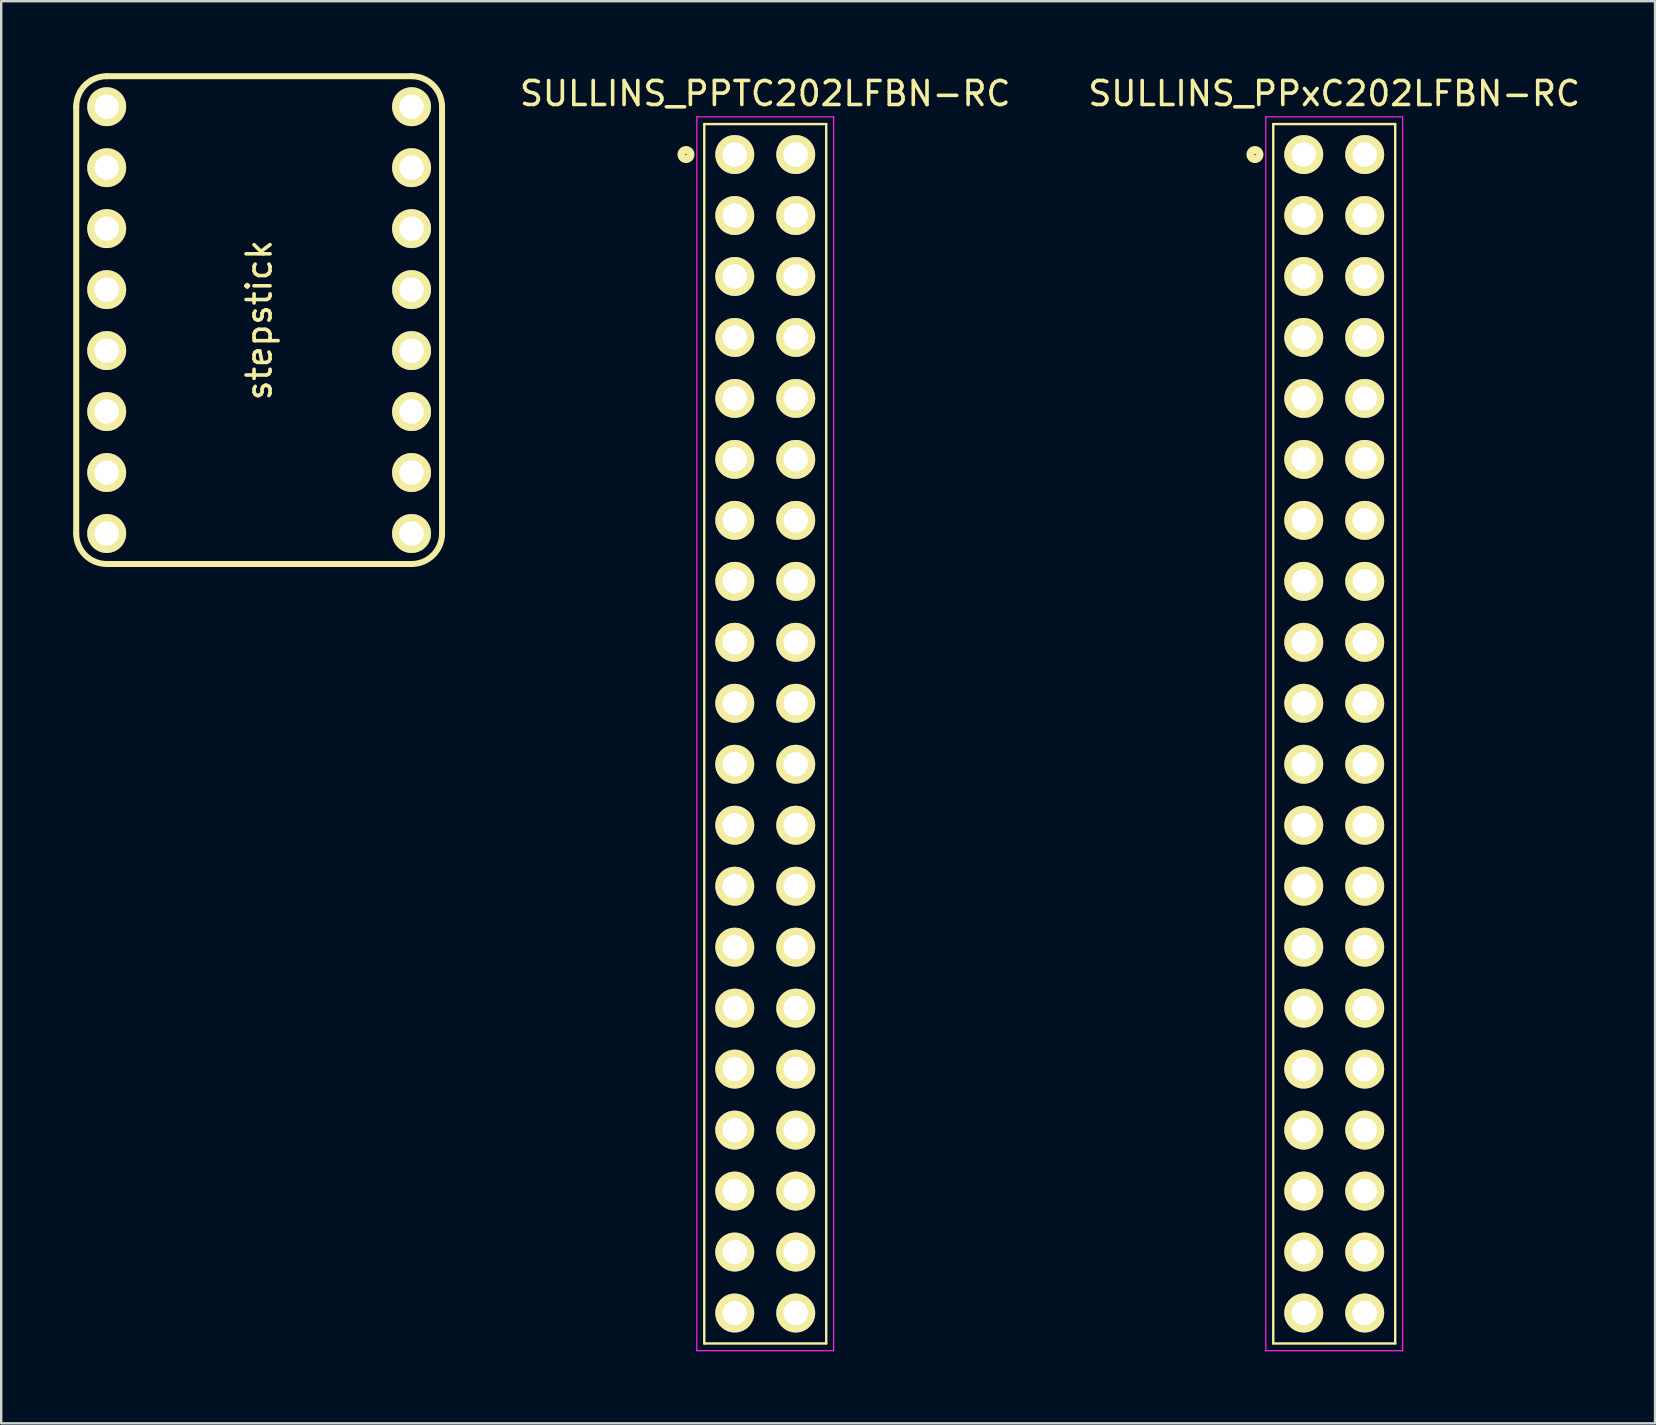
<source format=kicad_pcb>
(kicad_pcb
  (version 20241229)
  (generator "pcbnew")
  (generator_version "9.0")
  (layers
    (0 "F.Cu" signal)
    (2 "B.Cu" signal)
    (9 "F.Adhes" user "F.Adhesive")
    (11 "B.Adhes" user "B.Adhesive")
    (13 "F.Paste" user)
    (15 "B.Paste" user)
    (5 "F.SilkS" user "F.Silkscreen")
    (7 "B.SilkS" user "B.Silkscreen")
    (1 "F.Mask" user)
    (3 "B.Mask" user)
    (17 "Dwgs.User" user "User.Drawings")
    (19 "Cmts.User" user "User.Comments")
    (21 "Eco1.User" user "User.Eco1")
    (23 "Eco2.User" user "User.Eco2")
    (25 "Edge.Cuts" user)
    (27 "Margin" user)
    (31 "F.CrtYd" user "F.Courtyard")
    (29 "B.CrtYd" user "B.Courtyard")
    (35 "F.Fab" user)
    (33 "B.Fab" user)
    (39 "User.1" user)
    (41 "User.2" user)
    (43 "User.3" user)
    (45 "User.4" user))
  (footprint "SULLINS_PPxC202LFBN-RC"
    (layer "F.Cu")
    (at 52.532 27.518)
    (property "Reference" "SULLINS_PPxC202LFBN-RC" (at 0 -26.67 0) (layer "F.SilkS") (effects (font (size 1 1) (thickness 0.15))))
    (attr through_hole)
    (fp_line (start -2.54 -25.4) (end 2.54 -25.4) (stroke (width 0.1) (type solid)) (layer "F.SilkS"))
    (fp_line (start -2.54 25.4) (end -2.54 -25.4) (stroke (width 0.1) (type solid)) (layer "F.SilkS"))
    (fp_line (start 2.54 -25.4) (end 2.54 25.4) (stroke (width 0.1) (type solid)) (layer "F.SilkS"))
    (fp_line (start 2.54 25.4) (end -2.54 25.4) (stroke (width 0.1) (type solid)) (layer "F.SilkS"))
    (fp_circle (center -3.302 -24.13) (end -3.175 -24.13) (stroke (width 0.2) (type solid)) (fill no) (layer "F.SilkS"))
    (fp_circle (center -3.302 -24.13) (end -3.048 -24.13) (stroke (width 0.2) (type solid)) (fill no) (layer "F.SilkS"))
    (fp_line (start -2.85 -25.7) (end -2.85 25.7) (stroke (width 0.05) (type solid)) (layer "F.CrtYd"))
    (fp_line (start -2.85 25.7) (end 2.85 25.7) (stroke (width 0.05) (type solid)) (layer "F.CrtYd"))
    (fp_line (start 2.85 -25.7) (end -2.85 -25.7) (stroke (width 0.05) (type solid)) (layer "F.CrtYd"))
    (fp_line (start 2.85 25.7) (end 2.85 -25.7) (stroke (width 0.05) (type solid)) (layer "F.CrtYd"))
    (pad "1" thru_hole circle (at -1.27 -24.13) (size 1.62 1.62) (drill 1.02) (layers "*.Cu" "*.Mask" "F.SilkS"))
    (pad "2" thru_hole circle (at 1.27 -24.13) (size 1.62 1.62) (drill 1.02) (layers "*.Cu" "*.Mask" "F.SilkS"))
    (pad "3" thru_hole circle (at -1.27 -21.59) (size 1.62 1.62) (drill 1.02) (layers "*.Cu" "*.Mask" "F.SilkS"))
    (pad "4" thru_hole circle (at 1.27 -21.59) (size 1.62 1.62) (drill 1.02) (layers "*.Cu" "*.Mask" "F.SilkS"))
    (pad "5" thru_hole circle (at -1.27 -19.05) (size 1.62 1.62) (drill 1.02) (layers "*.Cu" "*.Mask" "F.SilkS"))
    (pad "6" thru_hole circle (at 1.27 -19.05) (size 1.62 1.62) (drill 1.02) (layers "*.Cu" "*.Mask" "F.SilkS"))
    (pad "7" thru_hole circle (at -1.27 -16.51) (size 1.62 1.62) (drill 1.02) (layers "*.Cu" "*.Mask" "F.SilkS"))
    (pad "8" thru_hole circle (at 1.27 -16.51) (size 1.62 1.62) (drill 1.02) (layers "*.Cu" "*.Mask" "F.SilkS"))
    (pad "9" thru_hole circle (at -1.27 -13.97) (size 1.62 1.62) (drill 1.02) (layers "*.Cu" "*.Mask" "F.SilkS"))
    (pad "10" thru_hole circle (at 1.27 -13.97) (size 1.62 1.62) (drill 1.02) (layers "*.Cu" "*.Mask" "F.SilkS"))
    (pad "11" thru_hole circle (at -1.27 -11.43) (size 1.62 1.62) (drill 1.02) (layers "*.Cu" "*.Mask" "F.SilkS"))
    (pad "12" thru_hole circle (at 1.27 -11.43) (size 1.62 1.62) (drill 1.02) (layers "*.Cu" "*.Mask" "F.SilkS"))
    (pad "13" thru_hole circle (at -1.27 -8.89) (size 1.62 1.62) (drill 1.02) (layers "*.Cu" "*.Mask" "F.SilkS"))
    (pad "14" thru_hole circle (at 1.27 -8.89) (size 1.62 1.62) (drill 1.02) (layers "*.Cu" "*.Mask" "F.SilkS"))
    (pad "15" thru_hole circle (at -1.27 -6.35) (size 1.62 1.62) (drill 1.02) (layers "*.Cu" "*.Mask" "F.SilkS"))
    (pad "16" thru_hole circle (at 1.27 -6.35) (size 1.62 1.62) (drill 1.02) (layers "*.Cu" "*.Mask" "F.SilkS"))
    (pad "17" thru_hole circle (at -1.27 -3.81) (size 1.62 1.62) (drill 1.02) (layers "*.Cu" "*.Mask" "F.SilkS"))
    (pad "18" thru_hole circle (at 1.27 -3.81) (size 1.62 1.62) (drill 1.02) (layers "*.Cu" "*.Mask" "F.SilkS"))
    (pad "19" thru_hole circle (at -1.27 -1.27) (size 1.62 1.62) (drill 1.02) (layers "*.Cu" "*.Mask" "F.SilkS"))
    (pad "20" thru_hole circle (at 1.27 -1.27) (size 1.62 1.62) (drill 1.02) (layers "*.Cu" "*.Mask" "F.SilkS"))
    (pad "21" thru_hole circle (at -1.27 1.27) (size 1.62 1.62) (drill 1.02) (layers "*.Cu" "*.Mask" "F.SilkS"))
    (pad "22" thru_hole circle (at 1.27 1.27) (size 1.62 1.62) (drill 1.02) (layers "*.Cu" "*.Mask" "F.SilkS"))
    (pad "23" thru_hole circle (at -1.27 3.81) (size 1.62 1.62) (drill 1.02) (layers "*.Cu" "*.Mask" "F.SilkS"))
    (pad "24" thru_hole circle (at 1.27 3.81) (size 1.62 1.62) (drill 1.02) (layers "*.Cu" "*.Mask" "F.SilkS"))
    (pad "25" thru_hole circle (at -1.27 6.35) (size 1.62 1.62) (drill 1.02) (layers "*.Cu" "*.Mask" "F.SilkS"))
    (pad "26" thru_hole circle (at 1.27 6.35) (size 1.62 1.62) (drill 1.02) (layers "*.Cu" "*.Mask" "F.SilkS"))
    (pad "27" thru_hole circle (at -1.27 8.89) (size 1.62 1.62) (drill 1.02) (layers "*.Cu" "*.Mask" "F.SilkS"))
    (pad "28" thru_hole circle (at 1.27 8.89) (size 1.62 1.62) (drill 1.02) (layers "*.Cu" "*.Mask" "F.SilkS"))
    (pad "29" thru_hole circle (at -1.27 11.43) (size 1.62 1.62) (drill 1.02) (layers "*.Cu" "*.Mask" "F.SilkS"))
    (pad "30" thru_hole circle (at 1.27 11.43) (size 1.62 1.62) (drill 1.02) (layers "*.Cu" "*.Mask" "F.SilkS"))
    (pad "31" thru_hole circle (at -1.27 13.97) (size 1.62 1.62) (drill 1.02) (layers "*.Cu" "*.Mask" "F.SilkS"))
    (pad "32" thru_hole circle (at 1.27 13.97) (size 1.62 1.62) (drill 1.02) (layers "*.Cu" "*.Mask" "F.SilkS"))
    (pad "33" thru_hole circle (at -1.27 16.51) (size 1.62 1.62) (drill 1.02) (layers "*.Cu" "*.Mask" "F.SilkS"))
    (pad "34" thru_hole circle (at 1.27 16.51) (size 1.62 1.62) (drill 1.02) (layers "*.Cu" "*.Mask" "F.SilkS"))
    (pad "35" thru_hole circle (at -1.27 19.05) (size 1.62 1.62) (drill 1.02) (layers "*.Cu" "*.Mask" "F.SilkS"))
    (pad "36" thru_hole circle (at 1.27 19.05) (size 1.62 1.62) (drill 1.02) (layers "*.Cu" "*.Mask" "F.SilkS"))
    (pad "37" thru_hole circle (at -1.27 21.59) (size 1.62 1.62) (drill 1.02) (layers "*.Cu" "*.Mask" "F.SilkS"))
    (pad "38" thru_hole circle (at 1.27 21.59) (size 1.62 1.62) (drill 1.02) (layers "*.Cu" "*.Mask" "F.SilkS"))
    (pad "39" thru_hole circle (at -1.27 24.13) (size 1.62 1.62) (drill 1.02) (layers "*.Cu" "*.Mask" "F.SilkS"))
    (pad "40" thru_hole circle (at 1.27 24.13) (size 1.62 1.62) (drill 1.02) (layers "*.Cu" "*.Mask" "F.SilkS")))
  (footprint "SULLINS_PPTC202LFBN-RC"
    (layer "F.Cu")
    (at 28.829 27.518)
    (property "Reference" "SULLINS_PPTC202LFBN-RC" (at 0 -26.67 0) (layer "F.SilkS") (effects (font (size 1 1) (thickness 0.15))))
    (attr through_hole)
    (fp_line (start -2.54 -25.4) (end 2.54 -25.4) (stroke (width 0.1) (type solid)) (layer "F.SilkS"))
    (fp_line (start -2.54 25.4) (end -2.54 -25.4) (stroke (width 0.1) (type solid)) (layer "F.SilkS"))
    (fp_line (start 2.54 -25.4) (end 2.54 25.4) (stroke (width 0.1) (type solid)) (layer "F.SilkS"))
    (fp_line (start 2.54 25.4) (end -2.54 25.4) (stroke (width 0.1) (type solid)) (layer "F.SilkS"))
    (fp_circle (center -3.302 -24.13) (end -3.175 -24.13) (stroke (width 0.2) (type solid)) (fill no) (layer "F.SilkS"))
    (fp_circle (center -3.302 -24.13) (end -3.048 -24.13) (stroke (width 0.2) (type solid)) (fill no) (layer "F.SilkS"))
    (fp_line (start -2.85 -25.7) (end -2.85 25.7) (stroke (width 0.05) (type solid)) (layer "F.CrtYd"))
    (fp_line (start -2.85 25.7) (end 2.85 25.7) (stroke (width 0.05) (type solid)) (layer "F.CrtYd"))
    (fp_line (start 2.85 -25.7) (end -2.85 -25.7) (stroke (width 0.05) (type solid)) (layer "F.CrtYd"))
    (fp_line (start 2.85 25.7) (end 2.85 -25.7) (stroke (width 0.05) (type solid)) (layer "F.CrtYd"))
    (pad "1" thru_hole circle (at -1.27 -24.13) (size 1.62 1.62) (drill 1.02) (layers "*.Cu" "*.Mask" "F.SilkS"))
    (pad "2" thru_hole circle (at 1.27 -24.13) (size 1.62 1.62) (drill 1.02) (layers "*.Cu" "*.Mask" "F.SilkS"))
    (pad "3" thru_hole circle (at -1.27 -21.59) (size 1.62 1.62) (drill 1.02) (layers "*.Cu" "*.Mask" "F.SilkS"))
    (pad "4" thru_hole circle (at 1.27 -21.59) (size 1.62 1.62) (drill 1.02) (layers "*.Cu" "*.Mask" "F.SilkS"))
    (pad "5" thru_hole circle (at -1.27 -19.05) (size 1.62 1.62) (drill 1.02) (layers "*.Cu" "*.Mask" "F.SilkS"))
    (pad "6" thru_hole circle (at 1.27 -19.05) (size 1.62 1.62) (drill 1.02) (layers "*.Cu" "*.Mask" "F.SilkS"))
    (pad "7" thru_hole circle (at -1.27 -16.51) (size 1.62 1.62) (drill 1.02) (layers "*.Cu" "*.Mask" "F.SilkS"))
    (pad "8" thru_hole circle (at 1.27 -16.51) (size 1.62 1.62) (drill 1.02) (layers "*.Cu" "*.Mask" "F.SilkS"))
    (pad "9" thru_hole circle (at -1.27 -13.97) (size 1.62 1.62) (drill 1.02) (layers "*.Cu" "*.Mask" "F.SilkS"))
    (pad "10" thru_hole circle (at 1.27 -13.97) (size 1.62 1.62) (drill 1.02) (layers "*.Cu" "*.Mask" "F.SilkS"))
    (pad "11" thru_hole circle (at -1.27 -11.43) (size 1.62 1.62) (drill 1.02) (layers "*.Cu" "*.Mask" "F.SilkS"))
    (pad "12" thru_hole circle (at 1.27 -11.43) (size 1.62 1.62) (drill 1.02) (layers "*.Cu" "*.Mask" "F.SilkS"))
    (pad "13" thru_hole circle (at -1.27 -8.89) (size 1.62 1.62) (drill 1.02) (layers "*.Cu" "*.Mask" "F.SilkS"))
    (pad "14" thru_hole circle (at 1.27 -8.89) (size 1.62 1.62) (drill 1.02) (layers "*.Cu" "*.Mask" "F.SilkS"))
    (pad "15" thru_hole circle (at -1.27 -6.35) (size 1.62 1.62) (drill 1.02) (layers "*.Cu" "*.Mask" "F.SilkS"))
    (pad "16" thru_hole circle (at 1.27 -6.35) (size 1.62 1.62) (drill 1.02) (layers "*.Cu" "*.Mask" "F.SilkS"))
    (pad "17" thru_hole circle (at -1.27 -3.81) (size 1.62 1.62) (drill 1.02) (layers "*.Cu" "*.Mask" "F.SilkS"))
    (pad "18" thru_hole circle (at 1.27 -3.81) (size 1.62 1.62) (drill 1.02) (layers "*.Cu" "*.Mask" "F.SilkS"))
    (pad "19" thru_hole circle (at -1.27 -1.27) (size 1.62 1.62) (drill 1.02) (layers "*.Cu" "*.Mask" "F.SilkS"))
    (pad "20" thru_hole circle (at 1.27 -1.27) (size 1.62 1.62) (drill 1.02) (layers "*.Cu" "*.Mask" "F.SilkS"))
    (pad "21" thru_hole circle (at -1.27 1.27) (size 1.62 1.62) (drill 1.02) (layers "*.Cu" "*.Mask" "F.SilkS"))
    (pad "22" thru_hole circle (at 1.27 1.27) (size 1.62 1.62) (drill 1.02) (layers "*.Cu" "*.Mask" "F.SilkS"))
    (pad "23" thru_hole circle (at -1.27 3.81) (size 1.62 1.62) (drill 1.02) (layers "*.Cu" "*.Mask" "F.SilkS"))
    (pad "24" thru_hole circle (at 1.27 3.81) (size 1.62 1.62) (drill 1.02) (layers "*.Cu" "*.Mask" "F.SilkS"))
    (pad "25" thru_hole circle (at -1.27 6.35) (size 1.62 1.62) (drill 1.02) (layers "*.Cu" "*.Mask" "F.SilkS"))
    (pad "26" thru_hole circle (at 1.27 6.35) (size 1.62 1.62) (drill 1.02) (layers "*.Cu" "*.Mask" "F.SilkS"))
    (pad "27" thru_hole circle (at -1.27 8.89) (size 1.62 1.62) (drill 1.02) (layers "*.Cu" "*.Mask" "F.SilkS"))
    (pad "28" thru_hole circle (at 1.27 8.89) (size 1.62 1.62) (drill 1.02) (layers "*.Cu" "*.Mask" "F.SilkS"))
    (pad "29" thru_hole circle (at -1.27 11.43) (size 1.62 1.62) (drill 1.02) (layers "*.Cu" "*.Mask" "F.SilkS"))
    (pad "30" thru_hole circle (at 1.27 11.43) (size 1.62 1.62) (drill 1.02) (layers "*.Cu" "*.Mask" "F.SilkS"))
    (pad "31" thru_hole circle (at -1.27 13.97) (size 1.62 1.62) (drill 1.02) (layers "*.Cu" "*.Mask" "F.SilkS"))
    (pad "32" thru_hole circle (at 1.27 13.97) (size 1.62 1.62) (drill 1.02) (layers "*.Cu" "*.Mask" "F.SilkS"))
    (pad "33" thru_hole circle (at -1.27 16.51) (size 1.62 1.62) (drill 1.02) (layers "*.Cu" "*.Mask" "F.SilkS"))
    (pad "34" thru_hole circle (at 1.27 16.51) (size 1.62 1.62) (drill 1.02) (layers "*.Cu" "*.Mask" "F.SilkS"))
    (pad "35" thru_hole circle (at -1.27 19.05) (size 1.62 1.62) (drill 1.02) (layers "*.Cu" "*.Mask" "F.SilkS"))
    (pad "36" thru_hole circle (at 1.27 19.05) (size 1.62 1.62) (drill 1.02) (layers "*.Cu" "*.Mask" "F.SilkS"))
    (pad "37" thru_hole circle (at -1.27 21.59) (size 1.62 1.62) (drill 1.02) (layers "*.Cu" "*.Mask" "F.SilkS"))
    (pad "38" thru_hole circle (at 1.27 21.59) (size 1.62 1.62) (drill 1.02) (layers "*.Cu" "*.Mask" "F.SilkS"))
    (pad "39" thru_hole circle (at -1.27 24.13) (size 1.62 1.62) (drill 1.02) (layers "*.Cu" "*.Mask" "F.SilkS"))
    (pad "40" thru_hole circle (at 1.27 24.13) (size 1.62 1.62) (drill 1.02) (layers "*.Cu" "*.Mask" "F.SilkS")))
  (footprint "stepstick"
    (layer "F.Cu")
    (at 7.745 10.285)
    (property "Reference" "stepstick" (at 0 0 90) (layer "F.SilkS") (effects (font (size 1 1) (thickness 0.15))))
    (attr through_hole)
    (fp_line (start -7.62 -8.89) (end -7.62 8.89) (stroke (width 0.25) (type solid)) (layer "F.SilkS"))
    (fp_line (start -6.35 10.16) (end 6.35 10.16) (stroke (width 0.25) (type solid)) (layer "F.SilkS"))
    (fp_line (start 6.35 -10.16) (end -6.35 -10.16) (stroke (width 0.25) (type solid)) (layer "F.SilkS"))
    (fp_line (start 7.62 8.89) (end 7.62 -8.89) (stroke (width 0.25) (type solid)) (layer "F.SilkS"))
    (fp_arc (start -7.62 -8.89) (mid -7.248026 -9.788026) (end -6.35 -10.16) (stroke (width 0.25) (type solid)) (layer "F.SilkS"))
    (fp_arc (start -6.35 10.16) (mid -7.248026 9.788026) (end -7.62 8.89) (stroke (width 0.25) (type solid)) (layer "F.SilkS"))
    (fp_arc (start 6.35 -10.16) (mid 7.248026 -9.788026) (end 7.62 -8.89) (stroke (width 0.25) (type solid)) (layer "F.SilkS"))
    (fp_arc (start 7.62 8.89) (mid 7.248026 9.788026) (end 6.35 10.16) (stroke (width 0.25) (type solid)) (layer "F.SilkS"))
    (pad "1" thru_hole circle (at -6.35 -8.89) (size 1.62 1.62) (drill 1.02) (layers "*.Cu" "*.Mask" "F.SilkS"))
    (pad "2" thru_hole circle (at -6.35 -6.35) (size 1.62 1.62) (drill 1.02) (layers "*.Cu" "*.Mask" "F.SilkS"))
    (pad "3" thru_hole circle (at -6.35 -3.81) (size 1.62 1.62) (drill 1.02) (layers "*.Cu" "*.Mask" "F.SilkS"))
    (pad "4" thru_hole circle (at -6.35 -1.27) (size 1.62 1.62) (drill 1.02) (layers "*.Cu" "*.Mask" "F.SilkS"))
    (pad "5" thru_hole circle (at -6.35 1.27) (size 1.62 1.62) (drill 1.02) (layers "*.Cu" "*.Mask" "F.SilkS"))
    (pad "6" thru_hole circle (at -6.35 3.81) (size 1.62 1.62) (drill 1.02) (layers "*.Cu" "*.Mask" "F.SilkS"))
    (pad "7" thru_hole circle (at -6.35 6.35) (size 1.62 1.62) (drill 1.02) (layers "*.Cu" "*.Mask" "F.SilkS"))
    (pad "8" thru_hole circle (at -6.35 8.89) (size 1.62 1.62) (drill 1.02) (layers "*.Cu" "*.Mask" "F.SilkS"))
    (pad "9" thru_hole circle (at 6.35 8.89) (size 1.62 1.62) (drill 1.02) (layers "*.Cu" "*.Mask" "F.SilkS"))
    (pad "10" thru_hole circle (at 6.35 6.35) (size 1.62 1.62) (drill 1.02) (layers "*.Cu" "*.Mask" "F.SilkS"))
    (pad "11" thru_hole circle (at 6.35 3.81) (size 1.62 1.62) (drill 1.02) (layers "*.Cu" "*.Mask" "F.SilkS"))
    (pad "12" thru_hole circle (at 6.35 1.27) (size 1.62 1.62) (drill 1.02) (layers "*.Cu" "*.Mask" "F.SilkS"))
    (pad "13" thru_hole circle (at 6.35 -1.27) (size 1.62 1.62) (drill 1.02) (layers "*.Cu" "*.Mask" "F.SilkS"))
    (pad "14" thru_hole circle (at 6.35 -3.81) (size 1.62 1.62) (drill 1.02) (layers "*.Cu" "*.Mask" "F.SilkS"))
    (pad "15" thru_hole circle (at 6.35 -6.35) (size 1.62 1.62) (drill 1.02) (layers "*.Cu" "*.Mask" "F.SilkS"))
    (pad "16" thru_hole circle (at 6.35 -8.89) (size 1.62 1.62) (drill 1.02) (layers "*.Cu" "*.Mask" "F.SilkS")))
  (gr_rect
    (start -3 -3)
    (end 65.895 56.243)
    (stroke (width 0.1) (type default))
    (fill no)
    (layer "Edge.Cuts")))
</source>
